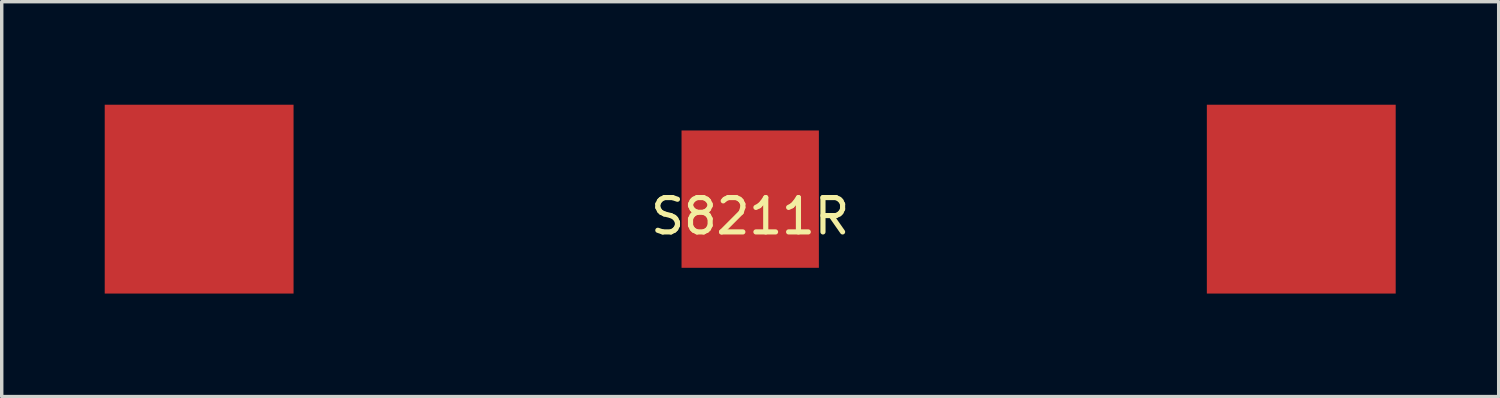
<source format=kicad_pcb>
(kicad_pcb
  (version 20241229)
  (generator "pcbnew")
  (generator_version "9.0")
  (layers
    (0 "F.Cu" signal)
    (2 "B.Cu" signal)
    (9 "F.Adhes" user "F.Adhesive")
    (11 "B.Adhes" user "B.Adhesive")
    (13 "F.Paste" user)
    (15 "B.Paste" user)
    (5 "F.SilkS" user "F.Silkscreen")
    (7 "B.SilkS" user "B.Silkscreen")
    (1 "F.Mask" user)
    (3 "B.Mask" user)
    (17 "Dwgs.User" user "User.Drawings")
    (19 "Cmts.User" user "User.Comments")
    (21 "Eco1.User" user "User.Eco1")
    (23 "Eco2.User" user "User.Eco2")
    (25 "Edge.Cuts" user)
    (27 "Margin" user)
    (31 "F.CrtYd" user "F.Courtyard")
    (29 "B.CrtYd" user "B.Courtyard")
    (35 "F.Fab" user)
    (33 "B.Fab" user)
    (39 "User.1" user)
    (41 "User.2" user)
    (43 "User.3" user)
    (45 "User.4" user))
  (footprint "S8211R"
    (layer "F.Cu")
    (at 18.8 2.75)
    (property "Reference" "S8211R" (at 0 0.5 0) (layer "F.SilkS") (effects (font (size 1 1) (thickness 0.15))))
    (attr through_hole)
    (pad "1" smd rect (at 0 0) (size 4 4) (layers "F.Cu" "F.Mask" "F.Paste"))
    (pad "2" smd rect (at -16.05 0) (size 5.5 5.5) (layers "F.Cu" "F.Mask" "F.Paste"))
    (pad "2" smd rect (at 16.05 0) (size 5.5 5.5) (layers "F.Cu" "F.Mask" "F.Paste")))
  (gr_rect
    (start -3 -3)
    (end 40.6 8.5)
    (stroke (width 0.1) (type default))
    (fill no)
    (layer "Edge.Cuts")))
</source>
